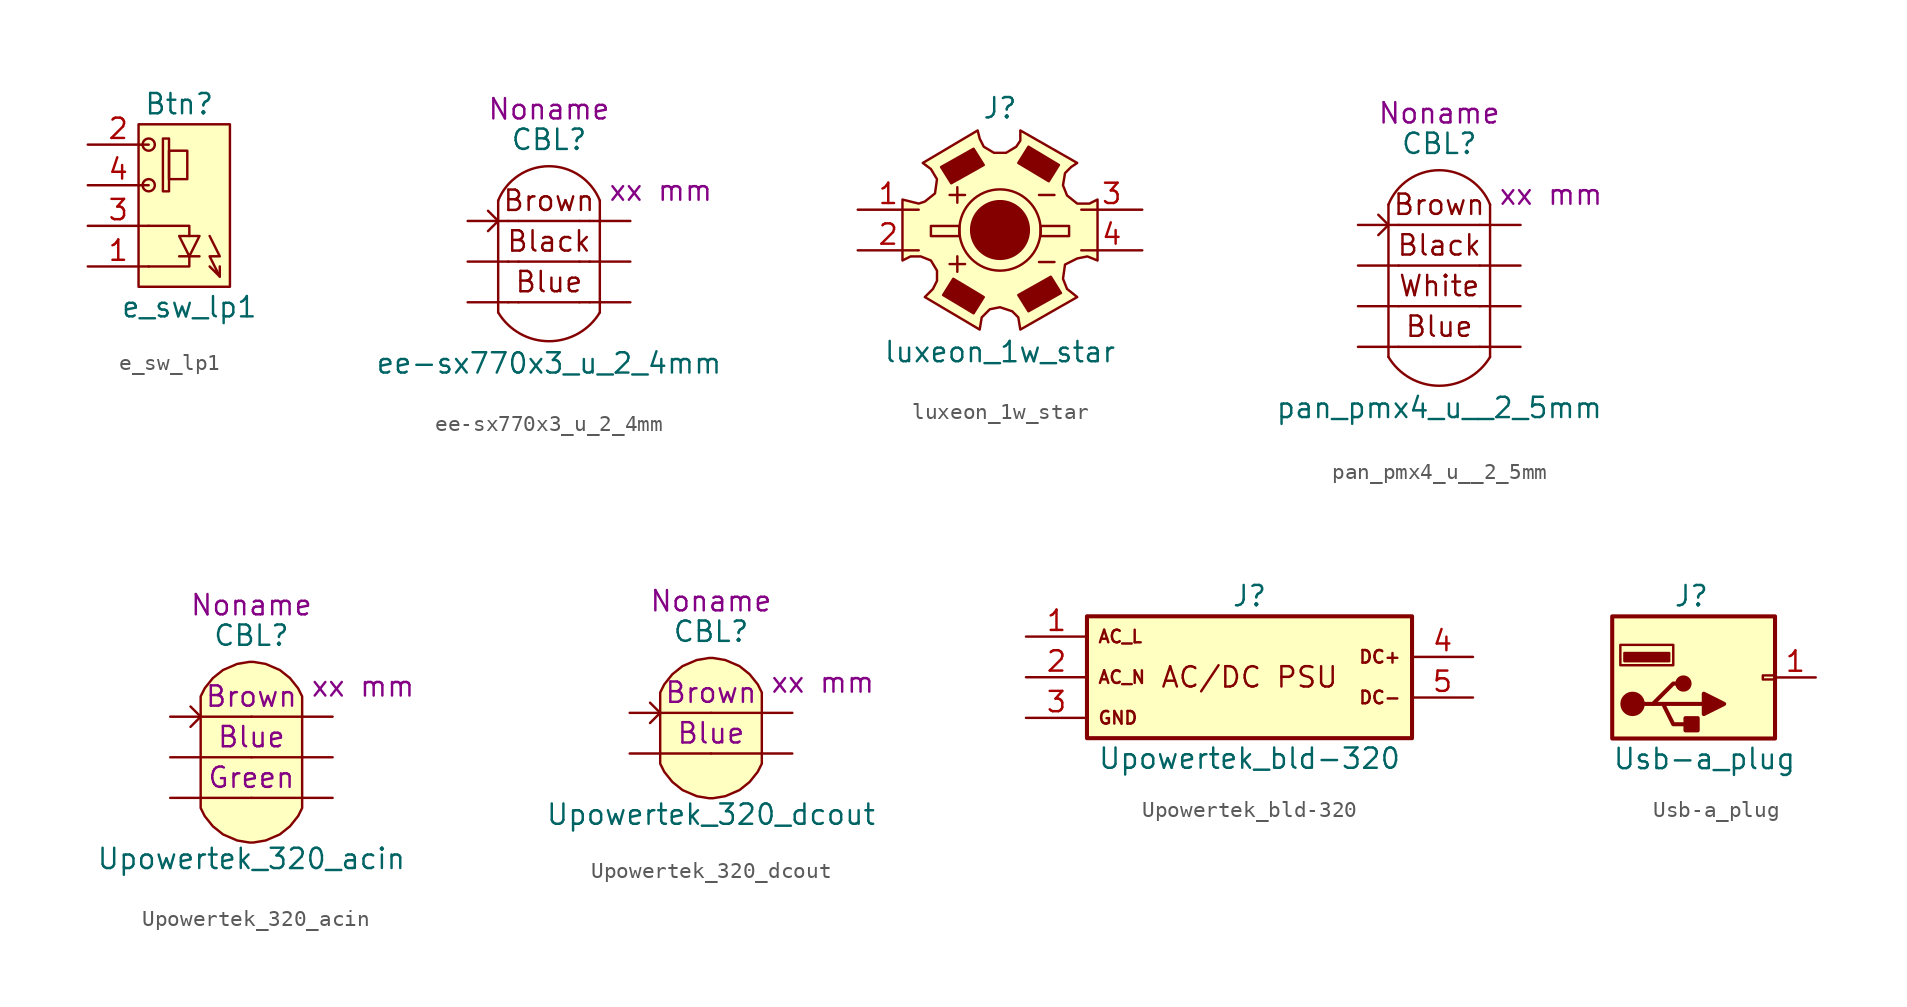
<source format=kicad_sym>
(kicad_symbol_lib
  (version 20220914)
  (generator kicad_symbol_editor)
  (symbol "e_sw_lp1"
    (pin_names
      (offset 1.016) hide)
    (property "Reference" "Btn"
      (at 0.635 6.35 0)
      (effects (font (size 1.27 1.27))))
    (property "Value" "e_sw_lp1"
      (at 1.27 -6.35 0)
      (effects (font (size 1.27 1.27))))
    (symbol "e_sw_lp1_0_1"
      (rectangle (start -1.905 5.08) (end 3.81 -5.08) (stroke (width 0) (type default)) (fill (type background)))
      (circle (center -1.27 1.27) (radius 0.381) (stroke (width 0) (type default)) (fill (type none)))
      (circle (center -1.27 3.81) (radius 0.381) (stroke (width 0) (type default)) (fill (type none)))
      (rectangle (start -0.381 0.889) (end 0 4.191) (stroke (width 0) (type default)) (fill (type none)))
      (polyline (pts (xy 0.635 -3.175) (xy 1.905 -3.175)) (stroke (width 0) (type default)) (fill (type none)))
      (polyline (pts (xy 3.175 -4.445) (xy 3.175 -3.81)) (stroke (width 0) (type default)) (fill (type none)))
      (polyline (pts (xy -1.27 -1.27) (xy 1.27 -1.27) (xy 1.27 -1.905)) (stroke (width 0) (type default)) (fill (type none)))
      (polyline (pts (xy 1.27 -3.175) (xy 1.27 -3.81) (xy -1.27 -3.81)) (stroke (width 0) (type default)) (fill (type none)))
      (polyline (pts (xy 0.635 -1.905) (xy 1.905 -1.905) (xy 1.27 -3.175) (xy 0.635 -1.905)) (stroke (width 0) (type default)) (fill (type none)))
      (polyline (pts (xy 2.54 -1.905) (xy 3.175 -3.175) (xy 2.54 -3.175) (xy 3.175 -4.445) (xy 2.54 -3.81)) (stroke (width 0) (type default)) (fill (type none)))
      (rectangle (start 0 1.651) (end 1.143 3.429) (stroke (width 0) (type default)) (fill (type none))))
    (symbol "e_sw_lp1_1_1"
      (pin passive line (at -5.08 -3.81 0) (length 3.81) (name "LED_C" (effects (font (size 1.27 1.27)))) (number "1" (effects (font (size 1.27 1.27)))))
      (pin passive line (at -5.08 3.81 0) (length 3.81) (name "SW_1" (effects (font (size 1.27 1.27)))) (number "2" (effects (font (size 1.27 1.27)))))
      (pin passive line (at -5.08 -1.27 0) (length 3.81) (name "LED_A" (effects (font (size 1.27 1.27)))) (number "3" (effects (font (size 1.27 1.27)))))
      (pin passive line (at -5.08 1.27 0) (length 3.81) (name "SW_2" (effects (font (size 1.27 1.27)))) (number "4" (effects (font (size 1.27 1.27)))))))
  (symbol "ee-sx770x3_u_2_4mm"
    (pin_numbers hide)
    (pin_names hide)
    (property "Reference" "CBL"
      (at 0 7.62 0)
      (effects (font (size 1.27 1.27))))
    (property "Value" "ee-sx770x3_u_2_4mm"
      (at 0 -6.35 0)
      (effects (font (size 1.27 1.27))))
    (property "Length" "xx mm"
      (at 6.985 4.445 0)
      (effects (font (size 1.27 1.27))))
    (property "Harness_name" "Noname"
      (at 0 9.525 0)
      (effects (font (size 1.27 1.27))))
    (symbol "ee-sx770x3_u_2_4mm_0_0"
      (arc (start -3.175 -3.175) (mid 0 -4.9727) (end 3.175 -3.175) (stroke (width 0) (type default)) (fill (type none)))
      (polyline (pts (xy -3.175 3.81) (xy -3.175 -3.175)) (stroke (width 0) (type default)) (fill (type none)))
      (polyline (pts (xy -1.905 -2.54) (xy 1.905 -2.54)) (stroke (width 0) (type default)) (fill (type none)))
      (polyline (pts (xy -1.905 0) (xy 1.905 0)) (stroke (width 0) (type default)) (fill (type none)))
      (polyline (pts (xy -1.905 2.54) (xy 1.905 2.54)) (stroke (width 0) (type default)) (fill (type none)))
      (polyline (pts (xy 3.175 3.81) (xy 3.175 -3.175)) (stroke (width 0) (type default)) (fill (type none)))
      (arc (start 3.175 3.81) (mid 0 5.9596) (end -3.175 3.81) (stroke (width 0) (type default)) (fill (type none)))
      (text "Black" (at 0 1.27 0) (effects (font (size 1.27 1.27))))
      (text "Blue" (at 0 -1.27 0) (effects (font (size 1.27 1.27))))
      (text "Brown" (at 0 3.81 0) (effects (font (size 1.27 1.27)))))
    (symbol "ee-sx770x3_u_2_4mm_0_1"
      (polyline (pts (xy -1.905 -2.54) (xy -2.54 -2.54)) (stroke (width 0) (type default)) (fill (type none)))
      (polyline (pts (xy -1.905 0) (xy -2.54 0)) (stroke (width 0) (type default)) (fill (type none)))
      (polyline (pts (xy -1.905 2.54) (xy -2.54 2.54)) (stroke (width 0) (type default)) (fill (type none)))
      (polyline (pts (xy 2.54 -2.54) (xy 1.905 -2.54)) (stroke (width 0) (type default)) (fill (type none)))
      (polyline (pts (xy 2.54 0) (xy 1.905 0)) (stroke (width 0) (type default)) (fill (type none)))
      (polyline (pts (xy 2.54 2.54) (xy 1.905 2.54)) (stroke (width 0) (type default)) (fill (type none)))
      (polyline (pts (xy -3.81 3.175) (xy -3.175 2.54) (xy -3.81 1.905)) (stroke (width 0) (type default)) (fill (type none))))
    (symbol "ee-sx770x3_u_2_4mm_1_1"
      (pin passive line (at -5.08 2.54 0) (length 2.54) (name "C1.1" (effects (font (size 1.27 1.27)))) (number "1" (effects (font (size 1.27 1.27)))))
      (pin passive line (at 5.08 2.54 180) (length 2.54) (name "C1.2" (effects (font (size 1.27 1.27)))) (number "2" (effects (font (size 1.27 1.27)))))
      (pin passive line (at -5.08 0 0) (length 2.54) (name "C2.1" (effects (font (size 1.27 1.27)))) (number "3" (effects (font (size 1.27 1.27)))))
      (pin passive line (at 5.08 0 180) (length 2.54) (name "C2.2" (effects (font (size 1.27 1.27)))) (number "4" (effects (font (size 1.27 1.27)))))
      (pin passive line (at -5.08 -2.54 0) (length 2.54) (name "C3.1" (effects (font (size 1.27 1.27)))) (number "5" (effects (font (size 1.27 1.27)))))
      (pin passive line (at 5.08 -2.54 180) (length 2.54) (name "C3.2" (effects (font (size 1.27 1.27)))) (number "6" (effects (font (size 1.27 1.27)))))))
  (symbol "luxeon_1w_star"
    (pin_names
      (offset 1.016) hide)
    (property "Reference" "J"
      (at 0 7.62 0)
      (effects (font (size 1.27 1.27))))
    (property "Value" "luxeon_1w_star"
      (at 0 -7.62 0)
      (effects (font (size 1.27 1.27))))
    (symbol "luxeon_1w_star_0_0"
      (text "+" (at -2.667 2.286 0) (effects (font (size 1.27 1.27))))
      (text "-" (at 2.921 2.286 0) (effects (font (size 1.27 1.27))))
      (pin passive line (at 8.89 -1.27 180) (length 3.81) (name "Neg_2" (effects (font (size 1.27 1.27)))) (number "4" (effects (font (size 1.27 1.27))))))
    (symbol "luxeon_1w_star_0_1"
      (rectangle (start -2.54 -0.381) (end -4.318 0.254) (stroke (width 0) (type default)) (fill (type none)))
      (polyline (pts (xy -3.683 3.937) (xy -1.651 5.08) (xy -1.016 4.064) (xy -3.048 2.921) (xy -3.683 3.937)) (stroke (width 0) (type default)) (fill (type outline)))
      (polyline (pts (xy 1.778 5.207) (xy 1.143 4.191) (xy 3.048 3.048) (xy 3.683 4.064) (xy 1.778 5.207)) (stroke (width 0) (type default)) (fill (type outline)))
      (polyline (pts (xy 4.826 4.191) (xy 1.27 6.223) (xy 1.27 5.588) (xy 1.016 5.207) (xy 0.381 4.826) (xy -0.381 4.826) (xy -1.016 5.207) (xy -1.27 5.715) (xy -1.397 6.223) (xy -4.826 4.191) (xy -4.318 3.81) (xy -3.937 3.175) (xy -4.064 2.286) (xy -4.699 1.778) (xy -5.08 1.651) (xy -5.588 1.778) (xy -6.096 1.905) (xy -6.096 -1.905) (xy -5.588 -1.651) (xy -4.953 -1.651) (xy -4.318 -1.905) (xy -3.937 -2.54) (xy -3.937 -3.175) (xy -4.191 -3.683) (xy -4.699 -4.191) (xy -1.27 -6.223) (xy -1.143 -5.461) (xy -0.635 -4.953) (xy 0 -4.826) (xy 0.762 -5.08) (xy 1.143 -5.461) (xy 1.27 -6.223) (xy 4.826 -4.191) (xy 4.191 -3.683) (xy 3.937 -3.048) (xy 4.064 -2.159) (xy 4.826 -1.778) (xy 5.461 -1.651) (xy 6.096 -1.905) (xy 6.096 1.905) (xy 5.588 1.651) (xy 4.826 1.651) (xy 4.191 2.159) (xy 3.937 2.794) (xy 4.064 3.556) (xy 4.445 3.937) (xy 4.826 4.191)) (stroke (width 0) (type default)) (fill (type background)))
      (circle (center 0 0) (radius 1.803) (stroke (width 0) (type default)) (fill (type outline)))
      (circle (center 0 0) (radius 2.54) (stroke (width 0) (type default)) (fill (type none))))
    (symbol "luxeon_1w_star_1_1"
      (polyline (pts (xy -2.921 -3.048) (xy -3.556 -4.064) (xy -1.651 -5.207) (xy -1.016 -4.191) (xy -2.921 -3.048)) (stroke (width 0) (type default)) (fill (type outline)))
      (polyline (pts (xy 1.143 -4.064) (xy 3.175 -2.921) (xy 3.81 -3.937) (xy 1.778 -5.08) (xy 1.143 -4.064)) (stroke (width 0) (type default)) (fill (type outline)))
      (rectangle (start 4.318 -0.381) (end 2.54 0.254) (stroke (width 0) (type default)) (fill (type none)))
      (text "+" (at -2.667 -2.032 0) (effects (font (size 1.27 1.27))))
      (text "-" (at 2.921 -1.905 0) (effects (font (size 1.27 1.27))))
      (pin passive line (at -8.89 1.27 0) (length 3.81) (name "Pos_1" (effects (font (size 1.27 1.27)))) (number "1" (effects (font (size 1.27 1.27)))))
      (pin passive line (at -8.89 -1.27 0) (length 3.81) (name "Pos_2" (effects (font (size 1.27 1.27)))) (number "2" (effects (font (size 1.27 1.27)))))
      (pin passive line (at 8.89 1.27 180) (length 3.81) (name "Neg_1" (effects (font (size 1.27 1.27)))) (number "3" (effects (font (size 1.27 1.27)))))))
  (symbol "pan_pmx4_u__2_5mm"
    (pin_numbers hide)
    (pin_names hide)
    (property "Reference" "CBL"
      (at 0 7.62 0)
      (effects (font (size 1.27 1.27))))
    (property "Value" "pan_pmx4_u__2_5mm"
      (at 0 -8.89 0)
      (effects (font (size 1.27 1.27))))
    (property "Length" "xx mm"
      (at 6.985 4.445 0)
      (effects (font (size 1.27 1.27))))
    (property "Harness_name" "Noname"
      (at 0 9.525 0)
      (effects (font (size 1.27 1.27))))
    (symbol "pan_pmx4_u__2_5mm_0_0"
      (arc (start -3.175 -5.715) (mid 0 -7.5127) (end 3.175 -5.715) (stroke (width 0) (type default)) (fill (type none)))
      (polyline (pts (xy -3.175 3.81) (xy -3.175 -5.715)) (stroke (width 0) (type default)) (fill (type none)))
      (polyline (pts (xy -2.54 -5.08) (xy 2.54 -5.08)) (stroke (width 0) (type default)) (fill (type none)))
      (polyline (pts (xy -2.54 0) (xy 2.54 0)) (stroke (width 0) (type default)) (fill (type none)))
      (polyline (pts (xy -2.54 2.54) (xy 2.54 2.54)) (stroke (width 0) (type default)) (fill (type none)))
      (polyline (pts (xy 3.175 3.81) (xy 3.175 -5.715)) (stroke (width 0) (type default)) (fill (type none)))
      (arc (start 3.175 3.81) (mid 0 5.9596) (end -3.175 3.81) (stroke (width 0) (type default)) (fill (type none)))
      (text "Black" (at 0 1.27 0) (effects (font (size 1.27 1.27))))
      (text "Blue" (at 0 -3.81 0) (effects (font (size 1.27 1.27))))
      (text "Brown" (at 0 3.81 0) (effects (font (size 1.27 1.27)))))
    (symbol "pan_pmx4_u__2_5mm_0_1"
      (polyline (pts (xy -3.81 3.175) (xy -3.175 2.54) (xy -3.81 1.905)) (stroke (width 0) (type default)) (fill (type none))))
    (symbol "pan_pmx4_u__2_5mm_1_1"
      (polyline (pts (xy -2.54 -2.54) (xy 2.54 -2.54)) (stroke (width 0) (type default)) (fill (type none)))
      (text "White" (at 0 -1.27 0) (effects (font (size 1.27 1.27))))
      (pin passive line (at -5.08 2.54 0) (length 2.54) (name "C1.1" (effects (font (size 1.27 1.27)))) (number "1" (effects (font (size 1.27 1.27)))))
      (pin passive line (at 5.08 2.54 180) (length 2.54) (name "C1.2" (effects (font (size 1.27 1.27)))) (number "2" (effects (font (size 1.27 1.27)))))
      (pin passive line (at -5.08 0 0) (length 2.54) (name "C2.1" (effects (font (size 1.27 1.27)))) (number "3" (effects (font (size 1.27 1.27)))))
      (pin passive line (at 5.08 0 180) (length 2.54) (name "C2.2" (effects (font (size 1.27 1.27)))) (number "4" (effects (font (size 1.27 1.27)))))
      (pin passive line (at -5.08 -2.54 0) (length 2.54) (name "C3.1" (effects (font (size 1.27 1.27)))) (number "5" (effects (font (size 1.27 1.27)))))
      (pin passive line (at 5.08 -2.54 180) (length 2.54) (name "C3.2" (effects (font (size 1.27 1.27)))) (number "6" (effects (font (size 1.27 1.27)))))
      (pin passive line (at -5.08 -5.08 0) (length 2.54) (name "C4.1" (effects (font (size 1.27 1.27)))) (number "7" (effects (font (size 1.27 1.27)))))
      (pin passive line (at 5.08 -5.08 180) (length 2.54) (name "C4.2" (effects (font (size 1.27 1.27)))) (number "8" (effects (font (size 1.27 1.27)))))))
  (symbol "Upowertek_320_acin"
    (pin_numbers hide)
    (pin_names hide)
    (property "Reference" "CBL"
      (at 0 7.62 0)
      (effects (font (size 1.27 1.27))))
    (property "Value" "Upowertek_320_acin"
      (at 0 -6.35 0)
      (effects (font (size 1.27 1.27))))
    (property "color1" "Brown"
      (at 0 3.81 0)
      (effects (font (size 1.27 1.27))))
    (property "color2" "Blue"
      (at 0 1.27 0)
      (effects (font (size 1.27 1.27))))
    (property "color3" "Green"
      (at 0 -1.27 0)
      (effects (font (size 1.27 1.27))))
    (property "Length" "xx mm"
      (at 6.985 4.445 0)
      (effects (font (size 1.27 1.27))))
    (property "Harness_name" "Noname"
      (at 0 9.525 0)
      (effects (font (size 1.27 1.27))))
    (symbol "Upowertek_320_acin_0_1"
      (polyline (pts (xy -3.81 3.175) (xy -3.175 2.54) (xy -3.81 1.905)) (stroke (width 0) (type default)) (fill (type none)))
      (polyline (pts (xy -3.175 -2.54) (xy -3.175 3.81) (xy -2.921 4.318) (xy -2.413 4.953) (xy -1.778 5.461) (xy -0.889 5.842) (xy -0.127 5.969) (xy 0.127 5.969) (xy 0.889 5.842) (xy 1.778 5.461) (xy 2.413 4.953) (xy 2.921 4.318) (xy 3.175 3.81) (xy 3.175 -2.54)) (stroke (width 0.152) (type default)) (fill (type background)))
      (polyline (pts (xy 3.175 -2.54) (xy 3.175 -3.175) (xy 2.921 -3.683) (xy 2.413 -4.318) (xy 1.778 -4.826) (xy 0.889 -5.207) (xy 0.127 -5.334) (xy -0.127 -5.334) (xy -0.889 -5.207) (xy -1.778 -4.826) (xy -2.413 -4.318) (xy -2.921 -3.683) (xy -3.175 -3.175) (xy -3.175 -2.54)) (stroke (width 0.152) (type default)) (fill (type background))))
    (symbol "Upowertek_320_acin_1_1"
      (pin passive line (at -5.08 2.54 0) (length 5.08) (name "C1.1" (effects (font (size 1.27 1.27)))) (number "1" (effects (font (size 1.27 1.27)))))
      (pin passive line (at 5.08 2.54 180) (length 5.08) (name "C1.2" (effects (font (size 1.27 1.27)))) (number "2" (effects (font (size 1.27 1.27)))))
      (pin passive line (at -5.08 0 0) (length 5.08) (name "C2.1" (effects (font (size 1.27 1.27)))) (number "3" (effects (font (size 1.27 1.27)))))
      (pin passive line (at 5.08 0 180) (length 5.08) (name "C2.2" (effects (font (size 1.27 1.27)))) (number "4" (effects (font (size 1.27 1.27)))))
      (pin passive line (at -5.08 -2.54 0) (length 5.08) (name "C3.1" (effects (font (size 1.27 1.27)))) (number "5" (effects (font (size 1.27 1.27)))))
      (pin passive line (at 5.08 -2.54 180) (length 5.08) (name "C3.2" (effects (font (size 1.27 1.27)))) (number "6" (effects (font (size 1.27 1.27)))))))
  (symbol "Upowertek_320_dcout"
    (pin_numbers hide)
    (pin_names hide)
    (property "Reference" "CBL"
      (at 0 7.62 0)
      (effects (font (size 1.27 1.27))))
    (property "Value" "Upowertek_320_dcout"
      (at 0 -3.81 0)
      (effects (font (size 1.27 1.27))))
    (property "color1" "Brown"
      (at 0 3.81 0)
      (effects (font (size 1.27 1.27))))
    (property "color2" "Blue"
      (at 0 1.27 0)
      (effects (font (size 1.27 1.27))))
    (property "Length" "xx mm"
      (at 6.985 4.445 0)
      (effects (font (size 1.27 1.27))))
    (property "Harness_name" "Noname"
      (at 0 9.525 0)
      (effects (font (size 1.27 1.27))))
    (symbol "Upowertek_320_dcout_0_1"
      (polyline (pts (xy -3.81 3.175) (xy -3.175 2.54) (xy -3.81 1.905)) (stroke (width 0) (type default)) (fill (type none)))
      (polyline (pts (xy -3.175 0) (xy -3.175 3.81) (xy -2.921 4.318) (xy -2.413 4.953) (xy -1.778 5.461) (xy -0.889 5.842) (xy -0.127 5.969) (xy 0.127 5.969) (xy 0.889 5.842) (xy 1.778 5.461) (xy 2.413 4.953) (xy 2.921 4.318) (xy 3.175 3.81) (xy 3.175 0)) (stroke (width 0.152) (type default)) (fill (type background)))
      (polyline (pts (xy 3.175 0) (xy 3.175 -0.635) (xy 2.921 -1.143) (xy 2.413 -1.778) (xy 1.778 -2.286) (xy 0.889 -2.667) (xy 0.127 -2.794) (xy -0.127 -2.794) (xy -0.889 -2.667) (xy -1.778 -2.286) (xy -2.413 -1.778) (xy -2.921 -1.143) (xy -3.175 -0.635) (xy -3.175 0)) (stroke (width 0.152) (type default)) (fill (type background))))
    (symbol "Upowertek_320_dcout_1_1"
      (pin passive line (at -5.08 2.54 0) (length 5.08) (name "C1.1" (effects (font (size 1.27 1.27)))) (number "1" (effects (font (size 1.27 1.27)))))
      (pin passive line (at 5.08 2.54 180) (length 5.08) (name "C1.2" (effects (font (size 1.27 1.27)))) (number "2" (effects (font (size 1.27 1.27)))))
      (pin passive line (at -5.08 0 0) (length 5.08) (name "C2.1" (effects (font (size 1.27 1.27)))) (number "3" (effects (font (size 1.27 1.27)))))
      (pin passive line (at 5.08 0 180) (length 5.08) (name "C2.2" (effects (font (size 1.27 1.27)))) (number "4" (effects (font (size 1.27 1.27)))))))
  (symbol "Upowertek_bld-320"
    (pin_names
      (offset 1.016) hide)
    (property "Reference" "J"
      (at 0 5.08 0)
      (effects (font (size 1.27 1.27))))
    (property "Value" "Upowertek_bld-320"
      (at 0 -5.08 0)
      (effects (font (size 1.27 1.27))))
    (symbol "Upowertek_bld-320_0_0"
      (text "AC/DC PSU" (at 0 0 0) (effects (font (size 1.27 1.27))))
      (text "AC_L" (at -9.525 2.54 0) (effects (font (size 0.787 0.787)) (justify left))))
    (symbol "Upowertek_bld-320_0_1"
      (rectangle (start 10.16 3.81) (end -10.16 -3.81) (stroke (width 0.254) (type default)) (fill (type background))))
    (symbol "Upowertek_bld-320_1_1"
      (text "AC_N" (at -9.525 0 0) (effects (font (size 0.787 0.787)) (justify left)))
      (text "DC+" (at 9.525 1.27 0) (effects (font (size 0.787 0.787)) (justify right)))
      (text "DC-" (at 9.525 -1.27 0) (effects (font (size 0.787 0.787)) (justify right)))
      (text "GND" (at -9.525 -2.54 0) (effects (font (size 0.787 0.787)) (justify left)))
      (pin passive line (at -13.97 2.54 0) (length 3.81) (name "AC_L" (effects (font (size 1.27 1.27)))) (number "1" (effects (font (size 1.27 1.27)))))
      (pin passive line (at -13.97 0 0) (length 3.81) (name "AC_N" (effects (font (size 1.27 1.27)))) (number "2" (effects (font (size 1.27 1.27)))))
      (pin passive line (at -13.97 -2.54 0) (length 3.81) (name "AC_GND" (effects (font (size 1.27 1.27)))) (number "3" (effects (font (size 1.27 1.27)))))
      (pin passive line (at 13.97 1.27 180) (length 3.81) (name "DC_POS" (effects (font (size 1.27 1.27)))) (number "4" (effects (font (size 1.27 1.27)))))
      (pin passive line (at 13.97 -1.27 180) (length 3.81) (name "DC_NEG" (effects (font (size 1.27 1.27)))) (number "5" (effects (font (size 1.27 1.27)))))))
  (symbol "Usb-a_plug"
    (pin_names
      (offset 1.016) hide)
    (property "Reference" "J"
      (at -6.35 5.08 0)
      (effects (font (size 1.27 1.27)) (justify left)))
    (property "Value" "Usb-a_plug"
      (at -10.16 -5.08 0)
      (effects (font (size 1.27 1.27)) (justify left)))
    (symbol "Usb-a_plug_0_1"
      (rectangle (start -10.16 -3.81) (end 0 3.81) (stroke (width 0.254) (type default)) (fill (type background)))
      (circle (center -8.89 -1.651) (radius 0.635) (stroke (width 0.254) (type default)) (fill (type outline)))
      (rectangle (start -6.604 1.016) (end -9.398 1.524) (stroke (width 0) (type default)) (fill (type outline)))
      (rectangle (start -6.35 0.762) (end -9.652 2.032) (stroke (width 0) (type default)) (fill (type none)))
      (circle (center -5.715 -0.381) (radius 0.381) (stroke (width 0.254) (type default)) (fill (type outline)))
      (rectangle (start -4.826 -2.54) (end -5.588 -3.302) (stroke (width 0.254) (type default)) (fill (type outline)))
      (rectangle (start 0 -0.127) (end -0.762 0.127) (stroke (width 0) (type default)) (fill (type none)))
      (polyline (pts (xy -8.255 -1.651) (xy -7.62 -1.651) (xy -6.35 -0.381) (xy -5.715 -0.381)) (stroke (width 0.254) (type default)) (fill (type none)))
      (polyline (pts (xy -7.62 -1.651) (xy -6.985 -1.651) (xy -6.35 -2.921) (xy -5.08 -2.921)) (stroke (width 0.254) (type default)) (fill (type none)))
      (polyline (pts (xy -4.445 -1.016) (xy -4.445 -2.286) (xy -3.175 -1.651) (xy -4.445 -1.016)) (stroke (width 0.254) (type default)) (fill (type outline))))
    (symbol "Usb-a_plug_1_1"
      (polyline (pts (xy -6.985 -1.651) (xy -4.445 -1.651)) (stroke (width 0.254) (type default)) (fill (type none)))
      (pin passive line (at 2.54 0 180) (length 2.54) (name "Pin_1" (effects (font (size 1.27 1.27)))) (number "1" (effects (font (size 1.27 1.27))))))))
</source>
